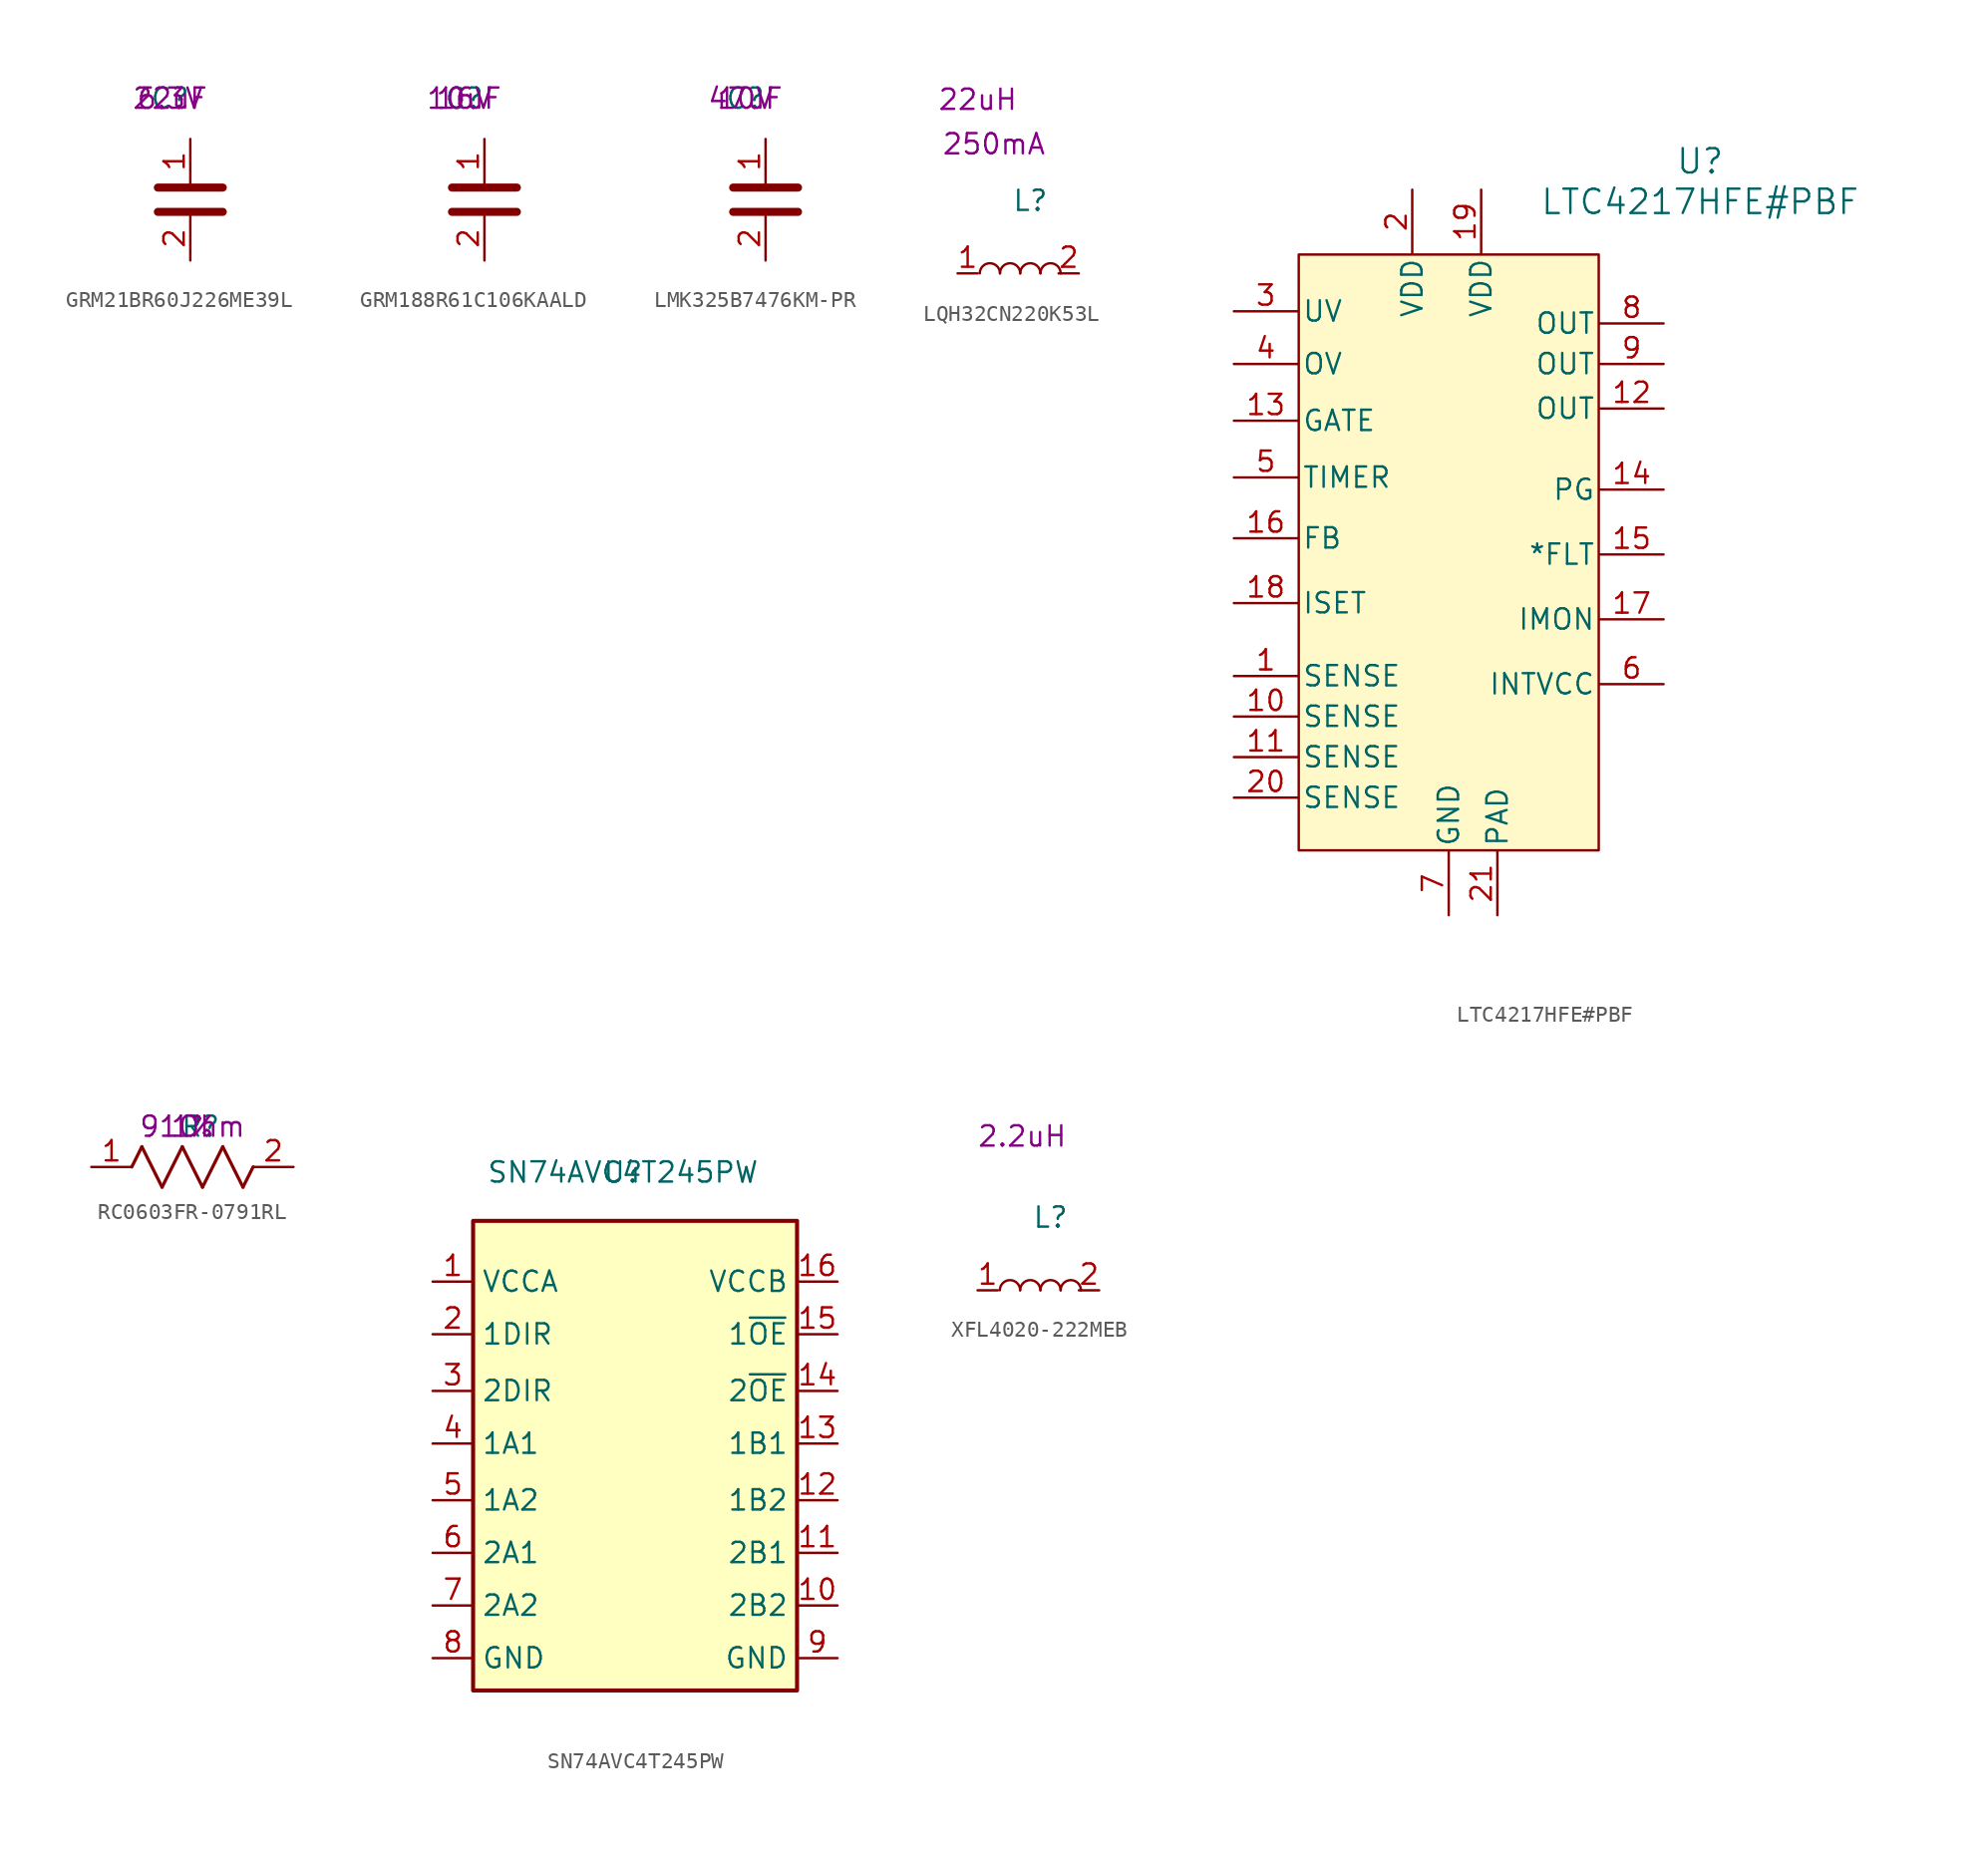
<source format=kicad_sym>
(kicad_symbol_lib
  (version 20241209)
  (generator "kicad_symbol_editor")
  (generator_version "9.0")
  (symbol "GRM21BR60J226ME39L"
    (property "Reference" "C"
      (at 0 0 0)
      (effects (font (size 1.27 1.27))))
    (property "C" "22uF"
      (at 0 0 0)
      (effects (font (size 1.27 1.27))))
    (property "V" "6.3V"
      (at 0 0 0)
      (effects (font (size 1.27 1.27))))
    (symbol "GRM21BR60J226ME39L_0_1"
      (polyline (pts (xy -0.762 -5.588) (xy 3.302 -5.588)) (stroke (width 0.508) (type default)) (fill (type none)))
      (polyline (pts (xy -0.762 -7.112) (xy 3.302 -7.112)) (stroke (width 0.508) (type default)) (fill (type none))))
    (symbol "GRM21BR60J226ME39L_1_1"
      (pin passive line (at 1.27 -2.54 270) (length 2.794) (name "~" (effects (font (size 1.27 1.27)))) (number "1" (effects (font (size 1.27 1.27)))))
      (pin passive line (at 1.27 -10.16 90) (length 2.794) (name "~" (effects (font (size 1.27 1.27)))) (number "2" (effects (font (size 1.27 1.27)))))))
  (symbol "GRM188R61C106KAALD"
    (property "Reference" "C"
      (at 0 0 0)
      (effects (font (size 1.27 1.27))))
    (property "V" "16V"
      (at 0 0 0)
      (effects (font (size 1.27 1.27))))
    (property "C" "10uF"
      (at 0 0 0)
      (effects (font (size 1.27 1.27))))
    (symbol "GRM188R61C106KAALD_0_1"
      (polyline (pts (xy -0.762 -5.588) (xy 3.302 -5.588)) (stroke (width 0.508) (type default)) (fill (type none)))
      (polyline (pts (xy -0.762 -7.112) (xy 3.302 -7.112)) (stroke (width 0.508) (type default)) (fill (type none))))
    (symbol "GRM188R61C106KAALD_1_1"
      (pin passive line (at 1.27 -2.54 270) (length 2.794) (name "~" (effects (font (size 1.27 1.27)))) (number "1" (effects (font (size 1.27 1.27)))))
      (pin passive line (at 1.27 -10.16 90) (length 2.794) (name "~" (effects (font (size 1.27 1.27)))) (number "2" (effects (font (size 1.27 1.27)))))))
  (symbol "LMK325B7476KM-PR"
    (property "Reference" "C"
      (at 0 0 0)
      (effects (font (size 1.27 1.27))))
    (property "C" "47uF"
      (at 0 0 0)
      (effects (font (size 1.27 1.27))))
    (property "V" "10V"
      (at 0 0 0)
      (effects (font (size 1.27 1.27))))
    (symbol "LMK325B7476KM-PR_0_1"
      (polyline (pts (xy -0.762 -5.588) (xy 3.302 -5.588)) (stroke (width 0.508) (type default)) (fill (type none)))
      (polyline (pts (xy -0.762 -7.112) (xy 3.302 -7.112)) (stroke (width 0.508) (type default)) (fill (type none))))
    (symbol "LMK325B7476KM-PR_1_1"
      (pin passive line (at 1.27 -2.54 270) (length 2.794) (name "~" (effects (font (size 1.27 1.27)))) (number "1" (effects (font (size 1.27 1.27)))))
      (pin passive line (at 1.27 -10.16 90) (length 2.794) (name "~" (effects (font (size 1.27 1.27)))) (number "2" (effects (font (size 1.27 1.27)))))))
  (symbol "LQH32CN220K53L"
    (property "Reference" "L"
      (at 0.762 2.032 0)
      (effects (font (size 1.27 1.27))))
    (property "I" "250mA"
      (at -1.524 5.588 0)
      (effects (font (size 1.27 1.27))))
    (property "L" "22uH"
      (at -2.54 8.382 0)
      (effects (font (size 1.27 1.27))))
    (symbol "LQH32CN220K53L_0_1"
      (arc (start -2.413 -2.5373) (mid -1.778 -1.905) (end -1.143 -2.5373) (stroke (width 0) (type default)) (fill (type none)))
      (arc (start -1.143 -2.5373) (mid -0.508 -1.905) (end 0.127 -2.5373) (stroke (width 0) (type default)) (fill (type none)))
      (arc (start 0.127 -2.5373) (mid 0.762 -1.905) (end 1.397 -2.5373) (stroke (width 0) (type default)) (fill (type none)))
      (arc (start 1.397 -2.5373) (mid 2.032 -1.905) (end 2.667 -2.5373) (stroke (width 0) (type default)) (fill (type none))))
    (symbol "LQH32CN220K53L_1_1"
      (pin passive line (at -3.81 -2.54 0) (length 1.27) (name "" (effects (font (size 1.27 1.27)))) (number "1" (effects (font (size 1.27 1.27)))))
      (pin passive line (at 3.81 -2.54 180) (length 1.27) (name "" (effects (font (size 1.27 1.27)))) (number "2" (effects (font (size 1.27 1.27)))))))
  (symbol "LTC4217HFE#PBF"
    (pin_names
      (offset 0.254))
    (property "Reference" "U"
      (at 33.02 10.16 0)
      (effects (font (size 1.524 1.524))))
    (property "Value" "LTC4217HFE#PBF"
      (at 33.02 7.62 0)
      (effects (font (size 1.524 1.524))))
    (symbol "LTC4217HFE#PBF_0_1"
      (pin input line (at 3.81 0.762 0) (length 4) (name "UV" (effects (font (size 1.27 1.27)))) (number "3" (effects (font (size 1.27 1.27)))))
      (pin input line (at 3.81 -2.54 0) (length 4) (name "OV" (effects (font (size 1.27 1.27)))) (number "4" (effects (font (size 1.27 1.27)))))
      (pin unspecified line (at 3.81 -6.096 0) (length 4) (name "GATE" (effects (font (size 1.27 1.27)))) (number "13" (effects (font (size 1.27 1.27)))))
      (pin input line (at 3.81 -9.652 0) (length 4) (name "TIMER" (effects (font (size 1.27 1.27)))) (number "5" (effects (font (size 1.27 1.27)))))
      (pin input line (at 3.81 -13.462 0) (length 4) (name "FB" (effects (font (size 1.27 1.27)))) (number "16" (effects (font (size 1.27 1.27)))))
      (pin unspecified line (at 3.81 -17.526 0) (length 4) (name "ISET" (effects (font (size 1.27 1.27)))) (number "18" (effects (font (size 1.27 1.27)))))
      (pin unspecified line (at 3.81 -22.098 0) (length 4) (name "SENSE" (effects (font (size 1.27 1.27)))) (number "1" (effects (font (size 1.27 1.27)))))
      (pin unspecified line (at 3.81 -24.638 0) (length 4) (name "SENSE" (effects (font (size 1.27 1.27)))) (number "10" (effects (font (size 1.27 1.27)))))
      (pin unspecified line (at 3.81 -27.178 0) (length 4) (name "SENSE" (effects (font (size 1.27 1.27)))) (number "11" (effects (font (size 1.27 1.27)))))
      (pin unspecified line (at 3.81 -29.718 0) (length 4) (name "SENSE" (effects (font (size 1.27 1.27)))) (number "20" (effects (font (size 1.27 1.27)))))
      (pin power_in line (at 14.986 8.382 270) (length 4) (name "VDD" (effects (font (size 1.27 1.27)))) (number "2" (effects (font (size 1.27 1.27)))))
      (pin power_in line (at 17.272 -37.084 90) (length 4) (name "GND" (effects (font (size 1.27 1.27)))) (number "7" (effects (font (size 1.27 1.27)))))
      (pin power_in line (at 19.304 8.382 270) (length 4) (name "VDD" (effects (font (size 1.27 1.27)))) (number "19" (effects (font (size 1.27 1.27)))))
      (pin output line (at 30.734 0 180) (length 4) (name "OUT" (effects (font (size 1.27 1.27)))) (number "8" (effects (font (size 1.27 1.27)))))
      (pin output line (at 30.734 -2.54 180) (length 4) (name "OUT" (effects (font (size 1.27 1.27)))) (number "9" (effects (font (size 1.27 1.27)))))
      (pin output line (at 30.734 -5.334 180) (length 4) (name "OUT" (effects (font (size 1.27 1.27)))) (number "12" (effects (font (size 1.27 1.27)))))
      (pin output line (at 30.734 -10.414 180) (length 4) (name "PG" (effects (font (size 1.27 1.27)))) (number "14" (effects (font (size 1.27 1.27)))))
      (pin output line (at 30.734 -14.478 180) (length 4) (name "*FLT" (effects (font (size 1.27 1.27)))) (number "15" (effects (font (size 1.27 1.27)))))
      (pin output line (at 30.734 -18.542 180) (length 4) (name "IMON" (effects (font (size 1.27 1.27)))) (number "17" (effects (font (size 1.27 1.27)))))
      (pin output line (at 30.734 -22.606 180) (length 4) (name "INTVCC" (effects (font (size 1.27 1.27)))) (number "6" (effects (font (size 1.27 1.27))))))
    (symbol "LTC4217HFE#PBF_1_1"
      (rectangle (start 7.874 4.318) (end 26.67 -33.02) (stroke (width 0) (type solid)) (fill (type color) (color 255 249 202 1)))
      (pin power_in line (at 20.32 -37.084 90) (length 4) (name "PAD" (effects (font (size 1.27 1.27)))) (number "21" (effects (font (size 1.27 1.27)))))))
  (symbol "RC0603FR-0791RL"
    (property "Reference" "R"
      (at 0.508 0 0)
      (effects (font (size 1.27 1.27))))
    (property "Acc" "1%"
      (at 0 0 0)
      (effects (font (size 1.27 1.27))))
    (property "R" "91Ohm"
      (at 0 0 0)
      (effects (font (size 1.27 1.27))))
    (symbol "RC0603FR-0791RL_1_1"
      (polyline (pts (xy -3.81 -2.54) (xy -3.175 -1.27)) (stroke (width 0.203) (type default)) (fill (type none)))
      (polyline (pts (xy -3.175 -1.27) (xy -1.905 -3.81)) (stroke (width 0.203) (type default)) (fill (type none)))
      (polyline (pts (xy -1.905 -3.81) (xy -0.635 -1.27)) (stroke (width 0.203) (type default)) (fill (type none)))
      (polyline (pts (xy -0.635 -1.27) (xy 0.635 -3.81)) (stroke (width 0.203) (type default)) (fill (type none)))
      (polyline (pts (xy 0.635 -3.81) (xy 1.905 -1.27)) (stroke (width 0.203) (type default)) (fill (type none)))
      (polyline (pts (xy 1.905 -1.27) (xy 3.175 -3.81)) (stroke (width 0.203) (type default)) (fill (type none)))
      (polyline (pts (xy 3.175 -3.81) (xy 3.81 -2.54)) (stroke (width 0.203) (type default)) (fill (type none)))
      (pin unspecified line (at -6.35 -2.54 0) (length 2.54) (name "" (effects (font (size 1.27 1.27)))) (number "1" (effects (font (size 1.27 1.27)))))
      (pin unspecified line (at 6.35 -2.54 180) (length 2.54) (name "" (effects (font (size 1.27 1.27)))) (number "2" (effects (font (size 1.27 1.27)))))))
  (symbol "SN74AVC4T245PW"
    (property "Reference" "U"
      (at 0 0 0)
      (effects (font (size 1.27 1.27))))
    (property "Value" "SN74AVC4T245PW"
      (at 0 0 0)
      (effects (font (size 1.27 1.27))))
    (symbol "SN74AVC4T245PW_0_1"
      (rectangle (start -9.398 -3.048) (end 10.922 -32.512) (stroke (width 0.254) (type default)) (fill (type background))))
    (symbol "SN74AVC4T245PW_1_1"
      (pin power_in line (at -11.938 -6.858 0) (length 2.54) (name "VCCA" (effects (font (size 1.27 1.27)))) (number "1" (effects (font (size 1.27 1.27)))))
      (pin input line (at -11.938 -10.16 0) (length 2.54) (name "1DIR" (effects (font (size 1.27 1.27)))) (number "2" (effects (font (size 1.27 1.27)))))
      (pin input line (at -11.938 -13.716 0) (length 2.54) (name "2DIR" (effects (font (size 1.27 1.27)))) (number "3" (effects (font (size 1.27 1.27)))))
      (pin bidirectional line (at -11.938 -17.018 0) (length 2.54) (name "1A1" (effects (font (size 1.27 1.27)))) (number "4" (effects (font (size 1.27 1.27)))))
      (pin bidirectional line (at -11.938 -20.574 0) (length 2.54) (name "1A2" (effects (font (size 1.27 1.27)))) (number "5" (effects (font (size 1.27 1.27)))))
      (pin bidirectional line (at -11.938 -23.876 0) (length 2.54) (name "2A1" (effects (font (size 1.27 1.27)))) (number "6" (effects (font (size 1.27 1.27)))))
      (pin bidirectional line (at -11.938 -27.178 0) (length 2.54) (name "2A2" (effects (font (size 1.27 1.27)))) (number "7" (effects (font (size 1.27 1.27)))))
      (pin power_in line (at -11.938 -30.48 0) (length 2.54) (name "GND" (effects (font (size 1.27 1.27)))) (number "8" (effects (font (size 1.27 1.27)))))
      (pin power_in line (at 13.462 -6.858 180) (length 2.54) (name "VCCB" (effects (font (size 1.27 1.27)))) (number "16" (effects (font (size 1.27 1.27)))))
      (pin input line (at 13.462 -10.16 180) (length 2.54) (name "1~{OE}" (effects (font (size 1.27 1.27)))) (number "15" (effects (font (size 1.27 1.27)))))
      (pin input line (at 13.462 -13.716 180) (length 2.54) (name "2~{OE}" (effects (font (size 1.27 1.27)))) (number "14" (effects (font (size 1.27 1.27)))))
      (pin bidirectional line (at 13.462 -17.018 180) (length 2.54) (name "1B1" (effects (font (size 1.27 1.27)))) (number "13" (effects (font (size 1.27 1.27)))))
      (pin bidirectional line (at 13.462 -20.574 180) (length 2.54) (name "1B2" (effects (font (size 1.27 1.27)))) (number "12" (effects (font (size 1.27 1.27)))))
      (pin bidirectional line (at 13.462 -23.876 180) (length 2.54) (name "2B1" (effects (font (size 1.27 1.27)))) (number "11" (effects (font (size 1.27 1.27)))))
      (pin bidirectional line (at 13.462 -27.178 180) (length 2.54) (name "2B2" (effects (font (size 1.27 1.27)))) (number "10" (effects (font (size 1.27 1.27)))))
      (pin passive line (at 13.462 -30.48 180) (length 2.54) (name "GND" (effects (font (size 1.27 1.27)))) (number "9" (effects (font (size 1.27 1.27)))))))
  (symbol "XFL4020-222MEB"
    (property "Reference" "L"
      (at 0.762 2.032 0)
      (effects (font (size 1.27 1.27))))
    (property "L" "2.2uH"
      (at -1.016 7.112 0)
      (effects (font (size 1.27 1.27))))
    (symbol "XFL4020-222MEB_0_1"
      (arc (start -2.413 -2.5373) (mid -1.778 -1.905) (end -1.143 -2.5373) (stroke (width 0) (type default)) (fill (type none)))
      (arc (start -1.143 -2.5373) (mid -0.508 -1.905) (end 0.127 -2.5373) (stroke (width 0) (type default)) (fill (type none)))
      (arc (start 0.127 -2.5373) (mid 0.762 -1.905) (end 1.397 -2.5373) (stroke (width 0) (type default)) (fill (type none)))
      (arc (start 1.397 -2.5373) (mid 2.032 -1.905) (end 2.667 -2.5373) (stroke (width 0) (type default)) (fill (type none))))
    (symbol "XFL4020-222MEB_1_1"
      (pin passive line (at -3.81 -2.54 0) (length 1.27) (name "" (effects (font (size 1.27 1.27)))) (number "1" (effects (font (size 1.27 1.27)))))
      (pin passive line (at 3.81 -2.54 180) (length 1.27) (name "" (effects (font (size 1.27 1.27)))) (number "2" (effects (font (size 1.27 1.27))))))))
</source>
